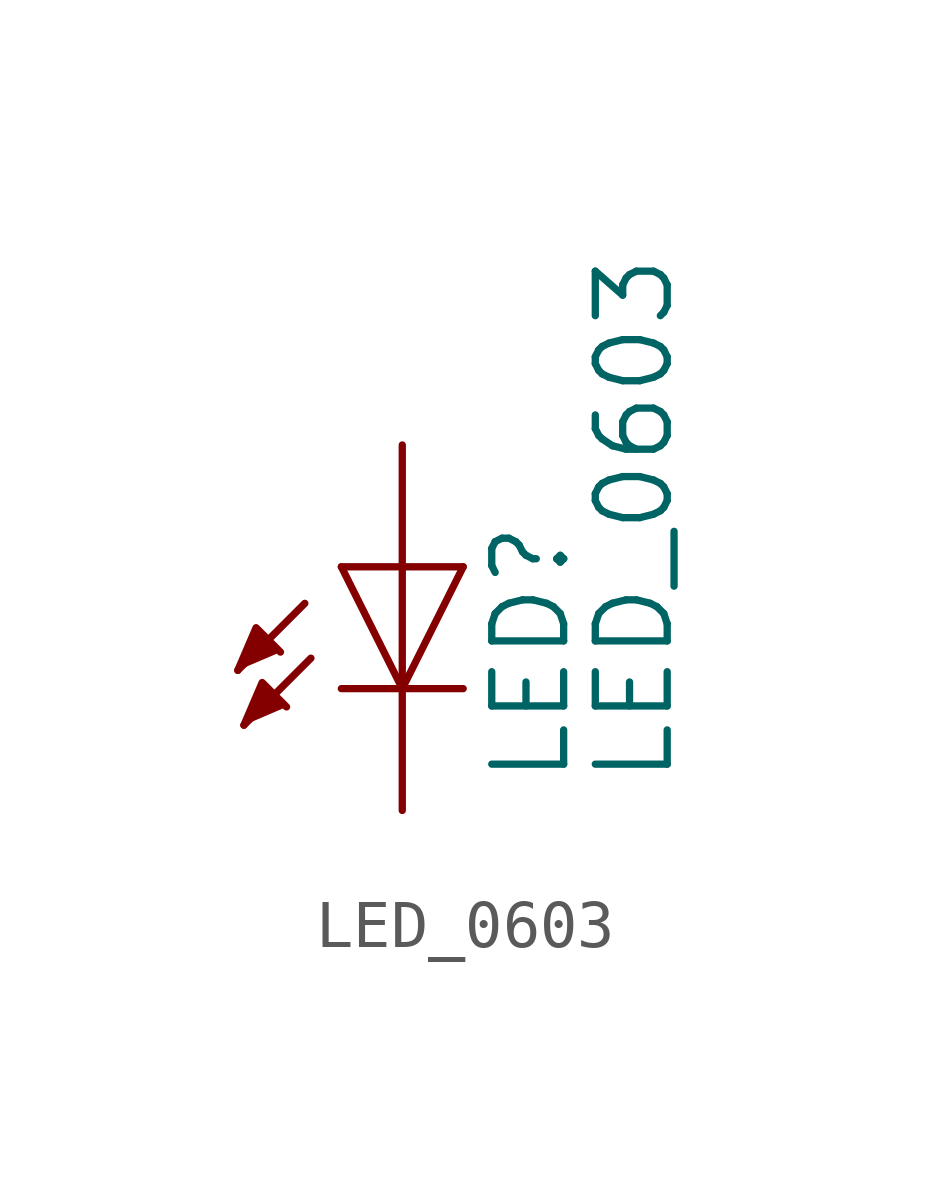
<source format=kicad_sym>
(kicad_symbol_lib
  (version 20231120)
  (generator "kicad_symbol_editor")
  (generator_version "8.0")
  (symbol "LED_0603"
    (pin_names
      (offset 1.016))
    (property "Reference" "LED"
      (at 3.556 -4.572 90)
      (effects (font (size 1.499 1.499)) (justify left bottom)))
    (property "Value" "LED_0603"
      (at 5.715 -4.572 90)
      (effects (font (size 1.499 1.499)) (justify left bottom)))
    (property "ki_locked" ""
      (at 0 0 0)
      (effects (font (size 1.27 1.27))))
    (symbol "LED_0603_1_0"
      (polyline (pts (xy -2.032 -0.762) (xy -3.429 -2.159)) (stroke (width 0) (type solid)) (fill (type none)))
      (polyline (pts (xy -1.905 -1.905) (xy -3.302 -3.302)) (stroke (width 0) (type solid)) (fill (type none)))
      (polyline (pts (xy 0 -2.54) (xy -1.27 -2.54)) (stroke (width 0) (type solid)) (fill (type none)))
      (polyline (pts (xy 0 -2.54) (xy -1.27 0)) (stroke (width 0) (type solid)) (fill (type none)))
      (polyline (pts (xy 0 0) (xy -1.27 0)) (stroke (width 0) (type solid)) (fill (type none)))
      (polyline (pts (xy 0 0) (xy 0 -2.54)) (stroke (width 0) (type solid)) (fill (type none)))
      (polyline (pts (xy 1.27 -2.54) (xy 0 -2.54)) (stroke (width 0) (type solid)) (fill (type none)))
      (polyline (pts (xy 1.27 0) (xy 0 -2.54)) (stroke (width 0) (type solid)) (fill (type none)))
      (polyline (pts (xy 1.27 0) (xy 0 0)) (stroke (width 0) (type solid)) (fill (type none)))
      (polyline (pts (xy -3.429 -2.159) (xy -3.048 -1.27) (xy -2.54 -1.778)) (stroke (width 0) (type solid)) (fill (type outline)))
      (polyline (pts (xy -3.302 -3.302) (xy -2.921 -2.413) (xy -2.413 -2.921)) (stroke (width 0) (type solid)) (fill (type outline)))
      (pin passive line (at 0 2.54 270) (length 2.54) (name "A" (effects (font (size 0 0)))) (number "ANODE" (effects (font (size 0 0)))))
      (pin passive line (at 0 -5.08 90) (length 2.54) (name "C" (effects (font (size 0 0)))) (number "CATHODE" (effects (font (size 0 0))))))))
</source>
